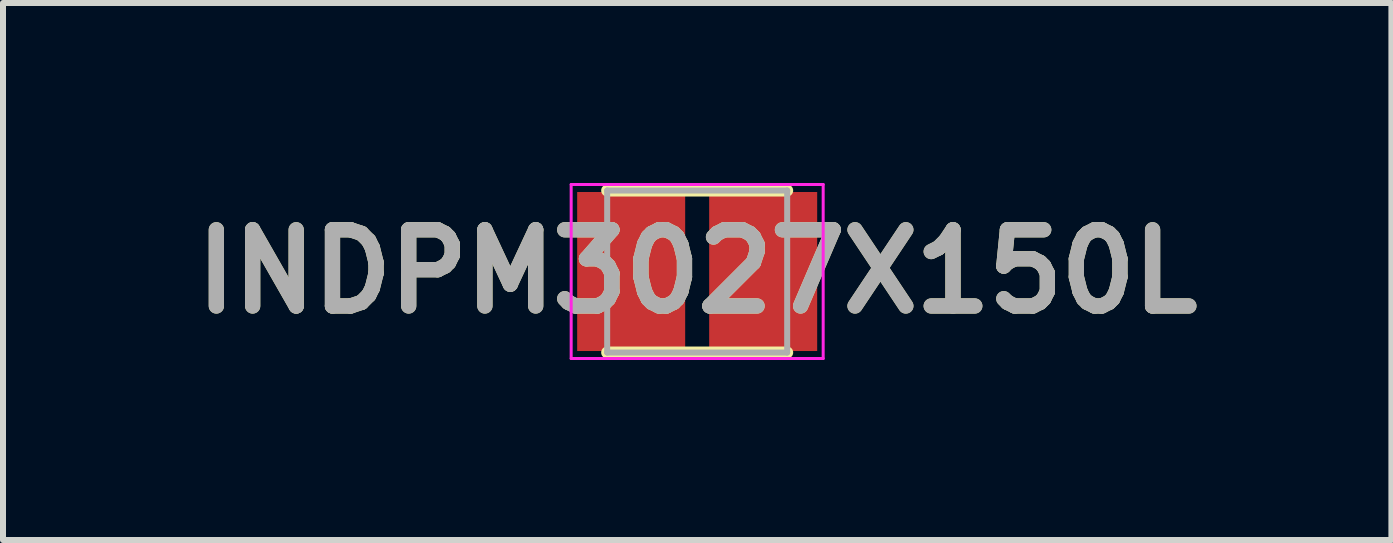
<source format=kicad_pcb>
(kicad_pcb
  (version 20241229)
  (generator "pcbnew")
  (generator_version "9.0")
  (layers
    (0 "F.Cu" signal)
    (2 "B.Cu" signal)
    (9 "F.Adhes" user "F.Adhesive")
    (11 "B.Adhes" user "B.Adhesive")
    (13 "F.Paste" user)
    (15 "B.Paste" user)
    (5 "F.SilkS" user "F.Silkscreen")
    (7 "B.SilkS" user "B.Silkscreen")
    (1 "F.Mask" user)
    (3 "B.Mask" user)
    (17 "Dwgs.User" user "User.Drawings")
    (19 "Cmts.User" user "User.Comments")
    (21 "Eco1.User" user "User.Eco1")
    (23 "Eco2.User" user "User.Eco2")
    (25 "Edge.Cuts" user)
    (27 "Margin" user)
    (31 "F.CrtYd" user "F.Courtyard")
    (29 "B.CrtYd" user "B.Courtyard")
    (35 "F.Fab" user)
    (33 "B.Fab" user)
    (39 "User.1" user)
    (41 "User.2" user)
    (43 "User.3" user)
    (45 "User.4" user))
  (footprint "INDPM3027X150L"
    (layer "F.Cu")
    (at 8.569 1.475)
    (property "Reference" "INDPM3027X150L" (at 0 0 0) (layer "F.SilkS") (effects (font (size 1.27 1.27) (thickness 0.254))))
    (attr smd)
    (fp_line (start -1.5 1.35) (end 1.5 1.35) (stroke (width 0.2) (type solid)) (layer "F.SilkS"))
    (fp_line (start 1.5 -1.35) (end -1.5 -1.35) (stroke (width 0.2) (type solid)) (layer "F.SilkS"))
    (fp_line (start -2.1 -1.45) (end 2.1 -1.45) (stroke (width 0.05) (type solid)) (layer "F.CrtYd"))
    (fp_line (start -2.1 1.45) (end -2.1 -1.45) (stroke (width 0.05) (type solid)) (layer "F.CrtYd"))
    (fp_line (start 2.1 -1.45) (end 2.1 1.45) (stroke (width 0.05) (type solid)) (layer "F.CrtYd"))
    (fp_line (start 2.1 1.45) (end -2.1 1.45) (stroke (width 0.05) (type solid)) (layer "F.CrtYd"))
    (fp_line (start -1.5 -1.35) (end 1.5 -1.35) (stroke (width 0.1) (type solid)) (layer "F.Fab"))
    (fp_line (start -1.5 1.35) (end -1.5 -1.35) (stroke (width 0.1) (type solid)) (layer "F.Fab"))
    (fp_line (start 1.5 -1.35) (end 1.5 1.35) (stroke (width 0.1) (type solid)) (layer "F.Fab"))
    (fp_line (start 1.5 1.35) (end -1.5 1.35) (stroke (width 0.1) (type solid)) (layer "F.Fab"))
    (fp_text user "${REFERENCE}" (at 0 0 0) (layer "F.Fab") (effects (font (size 1.27 1.27) (thickness 0.254))))
    (pad "1" smd rect (at -1.1 0) (size 1.8 2.65) (layers "F.Cu" "F.Mask" "F.Paste"))
    (pad "2" smd rect (at 1.1 0) (size 1.8 2.65) (layers "F.Cu" "F.Mask" "F.Paste")))
  (gr_rect
    (start -3 -3)
    (end 20.139 5.95)
    (stroke (width 0.1) (type default))
    (fill no)
    (layer "Edge.Cuts")))
</source>
